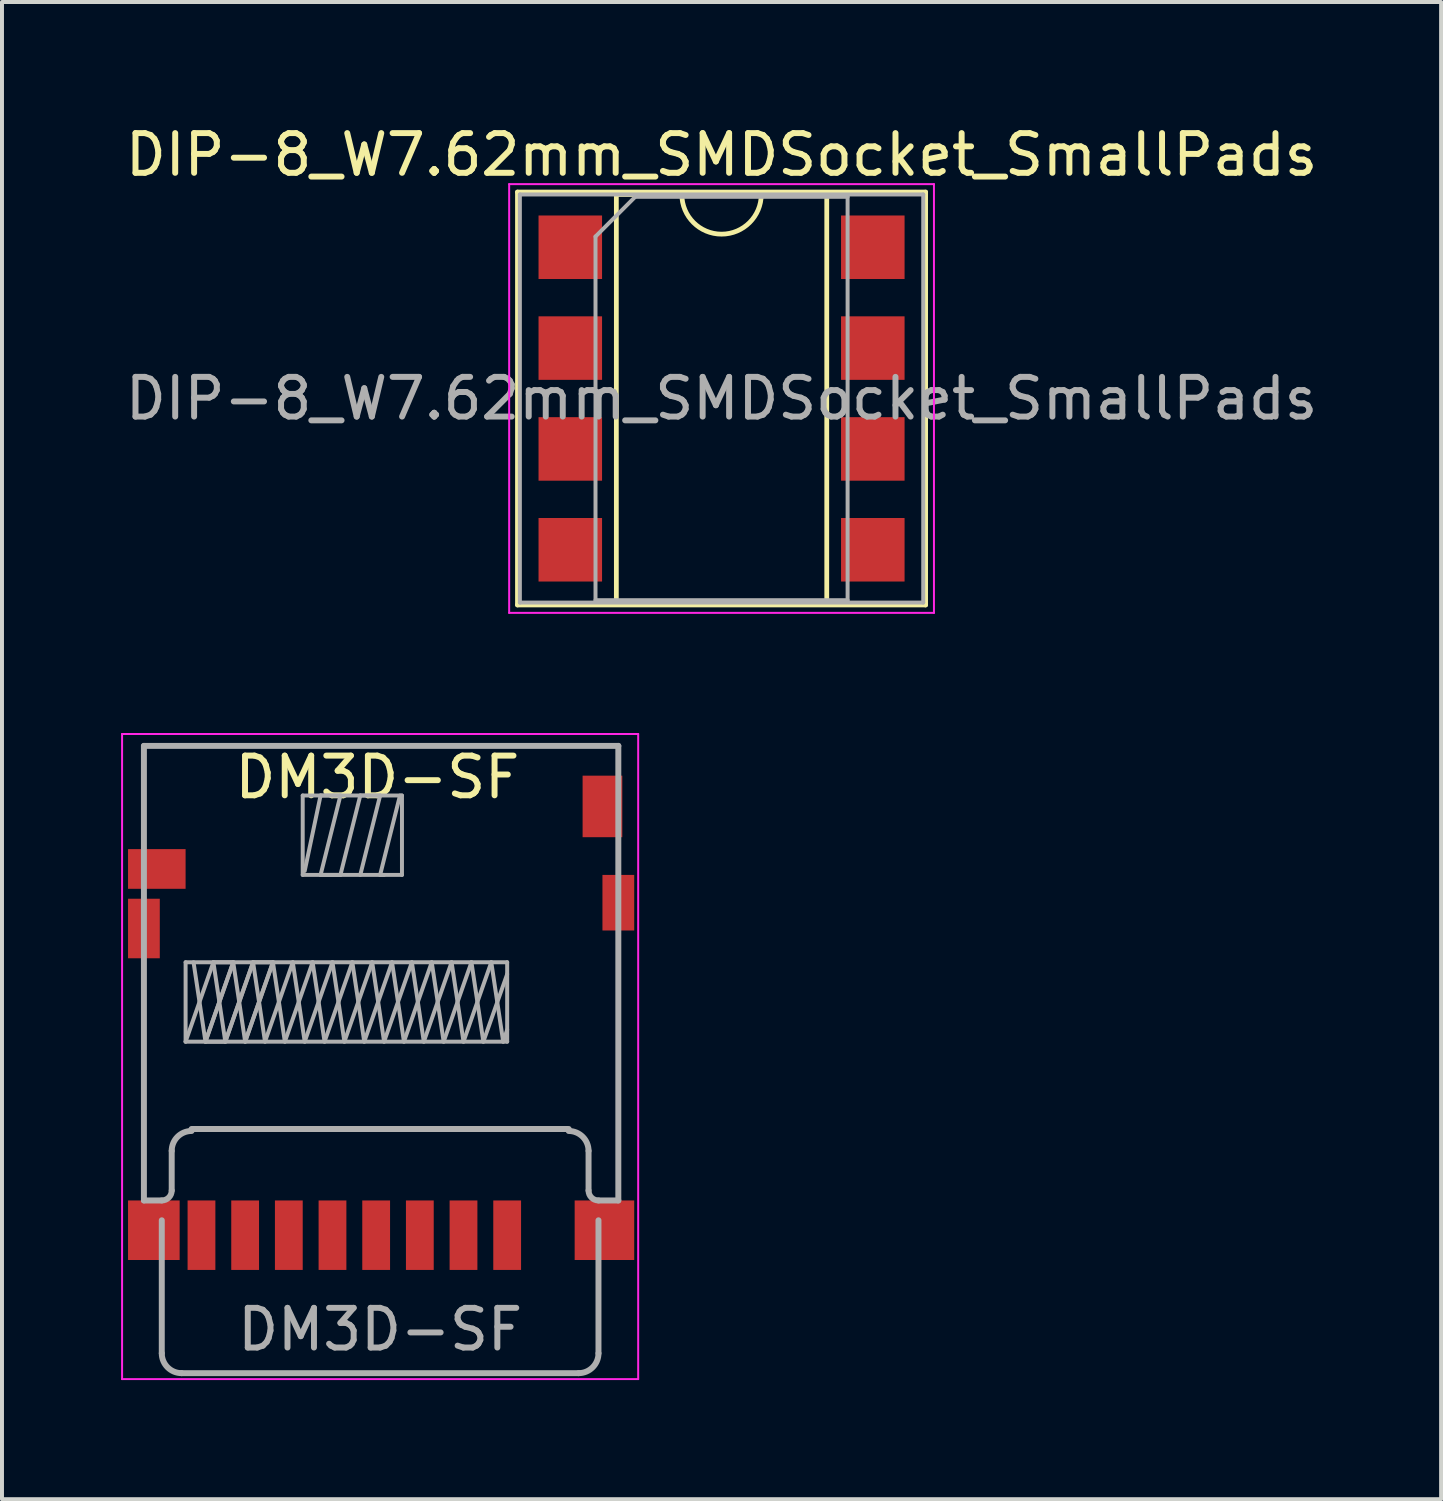
<source format=kicad_pcb>
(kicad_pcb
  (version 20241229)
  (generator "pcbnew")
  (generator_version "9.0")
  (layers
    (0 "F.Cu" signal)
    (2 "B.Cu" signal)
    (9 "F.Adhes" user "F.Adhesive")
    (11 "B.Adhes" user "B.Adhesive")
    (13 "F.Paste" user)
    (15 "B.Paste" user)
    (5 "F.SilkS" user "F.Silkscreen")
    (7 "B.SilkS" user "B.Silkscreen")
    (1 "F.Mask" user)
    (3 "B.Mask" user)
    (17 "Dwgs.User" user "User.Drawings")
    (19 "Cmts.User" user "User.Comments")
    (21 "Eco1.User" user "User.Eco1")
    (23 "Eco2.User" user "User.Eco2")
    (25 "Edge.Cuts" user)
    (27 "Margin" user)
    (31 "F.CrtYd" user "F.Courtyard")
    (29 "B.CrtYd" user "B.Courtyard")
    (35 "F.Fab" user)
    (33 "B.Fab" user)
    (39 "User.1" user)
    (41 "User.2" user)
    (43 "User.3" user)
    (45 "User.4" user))
  (footprint "DIP-8_W7.62mm_SMDSocket_SmallPads"
    (layer "F.Cu")
    (at 15.125 6.988)
    (property "Reference" "DIP-8_W7.62mm_SMDSocket_SmallPads" (at 0 -6.14 0) (layer "F.SilkS") (effects (font (size 1 1) (thickness 0.15))))
    (attr smd)
    (fp_line (start -5.14 -5.2) (end -5.14 5.2) (stroke (width 0.12) (type solid)) (layer "F.SilkS"))
    (fp_line (start -5.14 5.2) (end 5.14 5.2) (stroke (width 0.12) (type solid)) (layer "F.SilkS"))
    (fp_line (start -2.65 -5.14) (end -2.65 5.14) (stroke (width 0.12) (type solid)) (layer "F.SilkS"))
    (fp_line (start -2.65 5.14) (end 2.65 5.14) (stroke (width 0.12) (type solid)) (layer "F.SilkS"))
    (fp_line (start -1 -5.14) (end -2.65 -5.14) (stroke (width 0.12) (type solid)) (layer "F.SilkS"))
    (fp_line (start 2.65 -5.14) (end 1 -5.14) (stroke (width 0.12) (type solid)) (layer "F.SilkS"))
    (fp_line (start 2.65 5.14) (end 2.65 -5.14) (stroke (width 0.12) (type solid)) (layer "F.SilkS"))
    (fp_line (start 5.14 -5.2) (end -5.14 -5.2) (stroke (width 0.12) (type solid)) (layer "F.SilkS"))
    (fp_line (start 5.14 5.2) (end 5.14 -5.2) (stroke (width 0.12) (type solid)) (layer "F.SilkS"))
    (fp_arc (start 1 -5.14) (mid 0 -4.14) (end -1 -5.14) (stroke (width 0.12) (type solid)) (layer "F.SilkS"))
    (fp_line (start -5.35 -5.4) (end -5.35 5.4) (stroke (width 0.05) (type solid)) (layer "F.CrtYd"))
    (fp_line (start -5.35 5.4) (end 5.35 5.4) (stroke (width 0.05) (type solid)) (layer "F.CrtYd"))
    (fp_line (start 5.35 -5.4) (end -5.35 -5.4) (stroke (width 0.05) (type solid)) (layer "F.CrtYd"))
    (fp_line (start 5.35 5.4) (end 5.35 -5.4) (stroke (width 0.05) (type solid)) (layer "F.CrtYd"))
    (fp_line (start -5.08 -5.14) (end -5.08 5.14) (stroke (width 0.1) (type solid)) (layer "F.Fab"))
    (fp_line (start -5.08 5.14) (end 5.08 5.14) (stroke (width 0.1) (type solid)) (layer "F.Fab"))
    (fp_line (start -3.175 -4.08) (end -2.175 -5.08) (stroke (width 0.1) (type solid)) (layer "F.Fab"))
    (fp_line (start -3.175 5.08) (end -3.175 -4.08) (stroke (width 0.1) (type solid)) (layer "F.Fab"))
    (fp_line (start -2.175 -5.08) (end 3.175 -5.08) (stroke (width 0.1) (type solid)) (layer "F.Fab"))
    (fp_line (start 3.175 -5.08) (end 3.175 5.08) (stroke (width 0.1) (type solid)) (layer "F.Fab"))
    (fp_line (start 3.175 5.08) (end -3.175 5.08) (stroke (width 0.1) (type solid)) (layer "F.Fab"))
    (fp_line (start 5.08 -5.14) (end -5.08 -5.14) (stroke (width 0.1) (type solid)) (layer "F.Fab"))
    (fp_line (start 5.08 5.14) (end 5.08 -5.14) (stroke (width 0.1) (type solid)) (layer "F.Fab"))
    (fp_text user "${REFERENCE}" (at 0 0 0) (layer "F.Fab") (effects (font (size 1 1) (thickness 0.15))))
    (pad "1" smd rect (at -3.81 -3.81) (size 1.6 1.6) (layers "F.Cu" "F.Mask" "F.Paste"))
    (pad "2" smd rect (at -3.81 -1.27) (size 1.6 1.6) (layers "F.Cu" "F.Mask" "F.Paste"))
    (pad "3" smd rect (at -3.81 1.27) (size 1.6 1.6) (layers "F.Cu" "F.Mask" "F.Paste"))
    (pad "4" smd rect (at -3.81 3.81) (size 1.6 1.6) (layers "F.Cu" "F.Mask" "F.Paste"))
    (pad "5" smd rect (at 3.81 3.81) (size 1.6 1.6) (layers "F.Cu" "F.Mask" "F.Paste"))
    (pad "6" smd rect (at 3.81 1.27) (size 1.6 1.6) (layers "F.Cu" "F.Mask" "F.Paste"))
    (pad "7" smd rect (at 3.81 -1.27) (size 1.6 1.6) (layers "F.Cu" "F.Mask" "F.Paste"))
    (pad "8" smd rect (at 3.81 -3.81) (size 1.6 1.6) (layers "F.Cu" "F.Mask" "F.Paste")))
  (footprint "DM3D-SF"
    (layer "F.Cu")
    (at 6.525 27.188)
    (property "Reference" "DM3D-SF" (at -0.07 -10.66 180) (layer "F.SilkS") (effects (font (size 1 1) (thickness 0.15))))
    (attr smd)
    (fp_line (start -6.5 -11.75) (end 6.5 -11.75) (stroke (width 0.05) (type solid)) (layer "F.CrtYd"))
    (fp_line (start -6.5 4.5) (end -6.5 -11.75) (stroke (width 0.05) (type solid)) (layer "F.CrtYd"))
    (fp_line (start 6.5 -11.75) (end 6.5 4.5) (stroke (width 0.05) (type solid)) (layer "F.CrtYd"))
    (fp_line (start 6.5 4.5) (end -6.5 4.5) (stroke (width 0.05) (type solid)) (layer "F.CrtYd"))
    (fp_line (start -5.95 -11.45) (end 6 -11.45) (stroke (width 0.15) (type solid)) (layer "F.Fab"))
    (fp_line (start -5.95 0) (end -5.95 -11.45) (stroke (width 0.15) (type solid)) (layer "F.Fab"))
    (fp_line (start -5.95 0) (end -5.5 0) (stroke (width 0.15) (type solid)) (layer "F.Fab"))
    (fp_line (start -5.5 0.5) (end -5.5 3.85) (stroke (width 0.15) (type solid)) (layer "F.Fab"))
    (fp_line (start -5.25 -0.25) (end -5.25 -1.25) (stroke (width 0.15) (type solid)) (layer "F.Fab"))
    (fp_line (start -5 4.35) (end 5 4.35) (stroke (width 0.15) (type solid)) (layer "F.Fab"))
    (fp_line (start -4.9 -6) (end -4.9 -4) (stroke (width 0.1) (type solid)) (layer "F.Fab"))
    (fp_line (start -4.9 -6) (end 3.2 -6) (stroke (width 0.1) (type solid)) (layer "F.Fab"))
    (fp_line (start -4.9 -4) (end -4.2 -6) (stroke (width 0.1) (type solid)) (layer "F.Fab"))
    (fp_line (start -4.9 -4) (end 3.2 -4) (stroke (width 0.1) (type solid)) (layer "F.Fab"))
    (fp_line (start -4.75 -1.8) (end 4.75 -1.8) (stroke (width 0.15) (type solid)) (layer "F.Fab"))
    (fp_line (start -4.7 -6) (end -4.4 -4) (stroke (width 0.1) (type solid)) (layer "F.Fab"))
    (fp_line (start -4.4 -4) (end -3.9 -4) (stroke (width 0.1) (type solid)) (layer "F.Fab"))
    (fp_line (start -4.4 -4) (end -3.7 -6) (stroke (width 0.1) (type solid)) (layer "F.Fab"))
    (fp_line (start -4.2 -6) (end -3.9 -4) (stroke (width 0.1) (type solid)) (layer "F.Fab"))
    (fp_line (start -4.2 -6) (end -3.7 -6) (stroke (width 0.1) (type solid)) (layer "F.Fab"))
    (fp_line (start -3.9 -4) (end -3.2 -6) (stroke (width 0.1) (type solid)) (layer "F.Fab"))
    (fp_line (start -3.9 -4) (end -3.2 -6) (stroke (width 0.1) (type solid)) (layer "F.Fab"))
    (fp_line (start -3.7 -6) (end -4.4 -4) (stroke (width 0.1) (type solid)) (layer "F.Fab"))
    (fp_line (start -3.7 -6) (end -3.4 -4) (stroke (width 0.1) (type solid)) (layer "F.Fab"))
    (fp_line (start -3.4 -4) (end -2.7 -6) (stroke (width 0.1) (type solid)) (layer "F.Fab"))
    (fp_line (start -3.2 -6) (end -2.9 -4) (stroke (width 0.1) (type solid)) (layer "F.Fab"))
    (fp_line (start -3.2 -6) (end -2.7 -6) (stroke (width 0.1) (type solid)) (layer "F.Fab"))
    (fp_line (start -2.9 -4) (end -2.2 -6) (stroke (width 0.1) (type solid)) (layer "F.Fab"))
    (fp_line (start -2.7 -6) (end -3.4 -4) (stroke (width 0.1) (type solid)) (layer "F.Fab"))
    (fp_line (start -2.7 -6) (end -2.4 -4) (stroke (width 0.1) (type solid)) (layer "F.Fab"))
    (fp_line (start -2.4 -4) (end -1.7 -6) (stroke (width 0.1) (type solid)) (layer "F.Fab"))
    (fp_line (start -2.2 -6) (end -1.9 -4) (stroke (width 0.1) (type solid)) (layer "F.Fab"))
    (fp_line (start -1.95 -10.2) (end -1.95 -8.2) (stroke (width 0.1) (type solid)) (layer "F.Fab"))
    (fp_line (start -1.9 -8.3) (end -1.5 -10.2) (stroke (width 0.1) (type solid)) (layer "F.Fab"))
    (fp_line (start -1.9 -4) (end -1.2 -6) (stroke (width 0.1) (type solid)) (layer "F.Fab"))
    (fp_line (start -1.7 -6) (end -1.4 -4) (stroke (width 0.1) (type solid)) (layer "F.Fab"))
    (fp_line (start -1.5 -10.2) (end -1 -10.2) (stroke (width 0.1) (type solid)) (layer "F.Fab"))
    (fp_line (start -1.5 -8.2) (end -1 -8.2) (stroke (width 0.1) (type solid)) (layer "F.Fab"))
    (fp_line (start -1.4 -4) (end -0.7 -6) (stroke (width 0.1) (type solid)) (layer "F.Fab"))
    (fp_line (start -1.2 -6) (end -0.9 -4) (stroke (width 0.1) (type solid)) (layer "F.Fab"))
    (fp_line (start -1 -10.2) (end -1.5 -8.2) (stroke (width 0.1) (type solid)) (layer "F.Fab"))
    (fp_line (start -1 -8.2) (end -0.5 -10.2) (stroke (width 0.1) (type solid)) (layer "F.Fab"))
    (fp_line (start -0.9 -4) (end -0.2 -6) (stroke (width 0.1) (type solid)) (layer "F.Fab"))
    (fp_line (start -0.7 -6) (end -0.4 -4) (stroke (width 0.1) (type solid)) (layer "F.Fab"))
    (fp_line (start -0.5 -10.2) (end 0 -10.2) (stroke (width 0.1) (type solid)) (layer "F.Fab"))
    (fp_line (start -0.4 -4) (end 0.3 -6) (stroke (width 0.1) (type solid)) (layer "F.Fab"))
    (fp_line (start -0.2 -6) (end 0.1 -4) (stroke (width 0.1) (type solid)) (layer "F.Fab"))
    (fp_line (start 0 -10.2) (end -0.5 -8.2) (stroke (width 0.1) (type solid)) (layer "F.Fab"))
    (fp_line (start 0 -8.2) (end 0.5 -10.2) (stroke (width 0.1) (type solid)) (layer "F.Fab"))
    (fp_line (start 0.1 -8.2) (end 0 -8.2) (stroke (width 0.1) (type solid)) (layer "F.Fab"))
    (fp_line (start 0.1 -4) (end 0.8 -6) (stroke (width 0.1) (type solid)) (layer "F.Fab"))
    (fp_line (start 0.3 -6) (end 0.6 -4) (stroke (width 0.1) (type solid)) (layer "F.Fab"))
    (fp_line (start 0.55 -10.2) (end -1.95 -10.2) (stroke (width 0.1) (type solid)) (layer "F.Fab"))
    (fp_line (start 0.55 -8.2) (end -1.95 -8.2) (stroke (width 0.1) (type solid)) (layer "F.Fab"))
    (fp_line (start 0.55 -8.2) (end 0.55 -10.2) (stroke (width 0.1) (type solid)) (layer "F.Fab"))
    (fp_line (start 0.6 -4) (end 1.3 -6) (stroke (width 0.1) (type solid)) (layer "F.Fab"))
    (fp_line (start 0.8 -6) (end 1.1 -4) (stroke (width 0.1) (type solid)) (layer "F.Fab"))
    (fp_line (start 1.1 -4) (end 1.8 -6) (stroke (width 0.1) (type solid)) (layer "F.Fab"))
    (fp_line (start 1.3 -6) (end 1.6 -4) (stroke (width 0.1) (type solid)) (layer "F.Fab"))
    (fp_line (start 1.6 -4) (end 2.3 -6) (stroke (width 0.1) (type solid)) (layer "F.Fab"))
    (fp_line (start 1.8 -6) (end 2.1 -4) (stroke (width 0.1) (type solid)) (layer "F.Fab"))
    (fp_line (start 2.1 -4) (end 2.8 -6) (stroke (width 0.1) (type solid)) (layer "F.Fab"))
    (fp_line (start 2.3 -6) (end 2.6 -4) (stroke (width 0.1) (type solid)) (layer "F.Fab"))
    (fp_line (start 2.6 -4) (end 3.2 -5.7) (stroke (width 0.1) (type solid)) (layer "F.Fab"))
    (fp_line (start 2.8 -6) (end 3.1 -4) (stroke (width 0.1) (type solid)) (layer "F.Fab"))
    (fp_line (start 3.1 -4) (end 3.2 -4.3) (stroke (width 0.1) (type solid)) (layer "F.Fab"))
    (fp_line (start 3.2 -4) (end 3.2 -6) (stroke (width 0.1) (type solid)) (layer "F.Fab"))
    (fp_line (start 5.25 -0.25) (end 5.25 -1.25) (stroke (width 0.15) (type solid)) (layer "F.Fab"))
    (fp_line (start 5.5 0) (end 6 0) (stroke (width 0.15) (type solid)) (layer "F.Fab"))
    (fp_line (start 5.5 3.85) (end 5.5 0.5) (stroke (width 0.15) (type solid)) (layer "F.Fab"))
    (fp_line (start 6 0) (end 6 -11.45) (stroke (width 0.15) (type solid)) (layer "F.Fab"))
    (fp_arc (start -5.25 -1.25) (mid -5.103553 -1.603553) (end -4.75 -1.75) (stroke (width 0.15) (type solid)) (layer "F.Fab"))
    (fp_arc (start -5.25 -0.25) (mid -5.323223 -0.073223) (end -5.5 0) (stroke (width 0.15) (type solid)) (layer "F.Fab"))
    (fp_arc (start -5 4.35) (mid -5.353553 4.203553) (end -5.5 3.85) (stroke (width 0.15) (type solid)) (layer "F.Fab"))
    (fp_arc (start 4.75 -1.75) (mid 5.103553 -1.603553) (end 5.25 -1.25) (stroke (width 0.15) (type solid)) (layer "F.Fab"))
    (fp_arc (start 5.5 0) (mid 5.323223 -0.073223) (end 5.25 -0.25) (stroke (width 0.15) (type solid)) (layer "F.Fab"))
    (fp_arc (start 5.5 3.85) (mid 5.353553 4.203553) (end 5 4.35) (stroke (width 0.15) (type solid)) (layer "F.Fab"))
    (fp_text user "${REFERENCE}" (at 0 3.25 180) (layer "F.Fab") (effects (font (size 1 1) (thickness 0.15))))
    (pad "1" smd rect (at 3.2 0.875) (size 0.7 1.75) (layers "F.Cu" "F.Mask" "F.Paste"))
    (pad "2" smd rect (at 2.1 0.875) (size 0.7 1.75) (layers "F.Cu" "F.Mask" "F.Paste"))
    (pad "3" smd rect (at 1 0.875) (size 0.7 1.75) (layers "F.Cu" "F.Mask" "F.Paste"))
    (pad "4" smd rect (at -0.1 0.875) (size 0.7 1.75) (layers "F.Cu" "F.Mask" "F.Paste"))
    (pad "5" smd rect (at -1.2 0.875) (size 0.7 1.75) (layers "F.Cu" "F.Mask" "F.Paste"))
    (pad "6" smd rect (at -2.3 0.875) (size 0.7 1.75) (layers "F.Cu" "F.Mask" "F.Paste"))
    (pad "7" smd rect (at -3.4 0.875) (size 0.7 1.75) (layers "F.Cu" "F.Mask" "F.Paste"))
    (pad "8" smd rect (at -4.5 0.875) (size 0.7 1.75) (layers "F.Cu" "F.Mask" "F.Paste"))
    (pad "9" smd rect (at -5.7 0.75) (size 1.3 1.5) (layers "F.Cu" "F.Mask" "F.Paste"))
    (pad "10" smd rect (at -5.95 -6.85) (size 0.8 1.5) (layers "F.Cu" "F.Mask" "F.Paste"))
    (pad "11" smd rect (at 6 -7.5) (size 0.8 1.4) (layers "F.Cu" "F.Mask" "F.Paste"))
    (pad "12" smd rect (at 5.65 0.75) (size 1.5 1.5) (layers "F.Cu" "F.Mask" "F.Paste"))
    (pad "A" smd rect (at 5.6 -9.925) (size 1 1.55) (layers "F.Cu" "F.Mask" "F.Paste"))
    (pad "B" smd rect (at -5.625 -8.35) (size 1.45 1) (layers "F.Cu" "F.Mask" "F.Paste")))
  (gr_rect
    (start -3 -3)
    (end 33.25 34.713)
    (stroke (width 0.1) (type default))
    (fill no)
    (layer "Edge.Cuts")))
</source>
